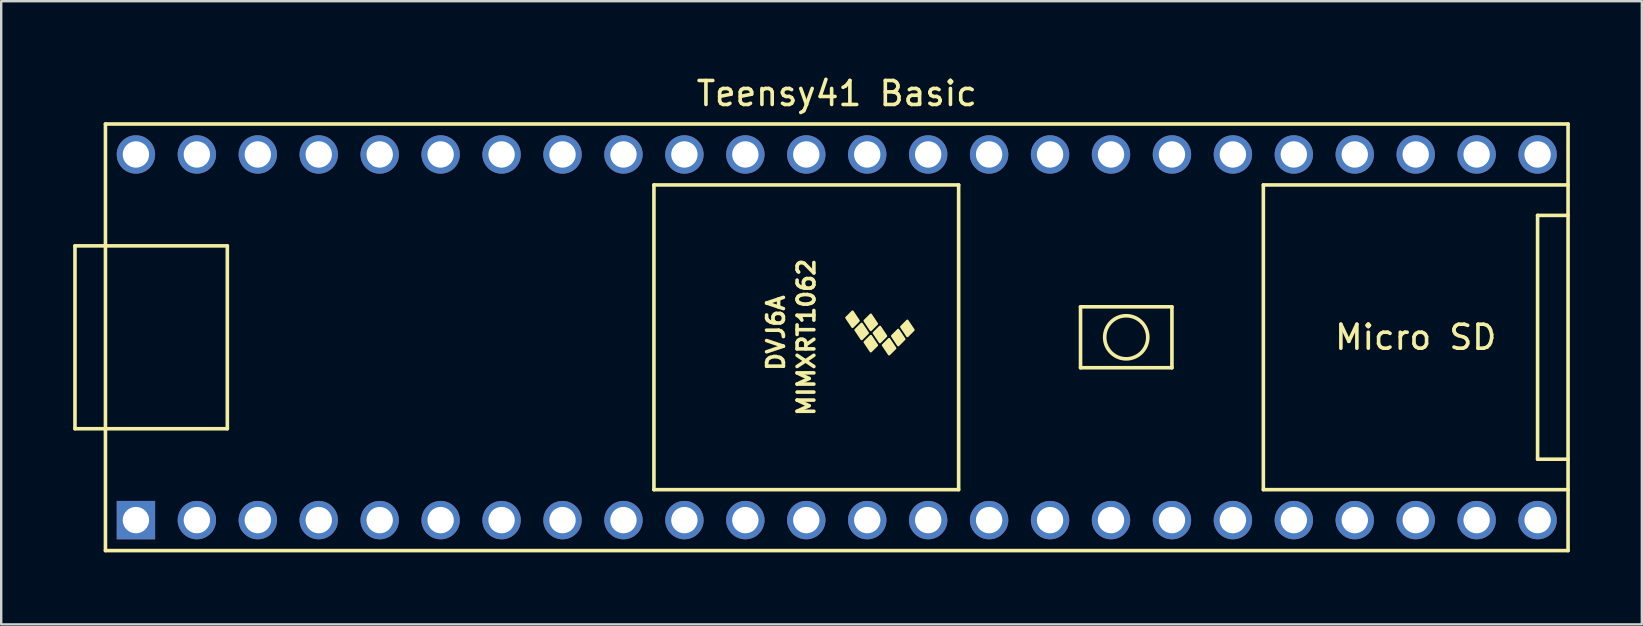
<source format=kicad_pcb>
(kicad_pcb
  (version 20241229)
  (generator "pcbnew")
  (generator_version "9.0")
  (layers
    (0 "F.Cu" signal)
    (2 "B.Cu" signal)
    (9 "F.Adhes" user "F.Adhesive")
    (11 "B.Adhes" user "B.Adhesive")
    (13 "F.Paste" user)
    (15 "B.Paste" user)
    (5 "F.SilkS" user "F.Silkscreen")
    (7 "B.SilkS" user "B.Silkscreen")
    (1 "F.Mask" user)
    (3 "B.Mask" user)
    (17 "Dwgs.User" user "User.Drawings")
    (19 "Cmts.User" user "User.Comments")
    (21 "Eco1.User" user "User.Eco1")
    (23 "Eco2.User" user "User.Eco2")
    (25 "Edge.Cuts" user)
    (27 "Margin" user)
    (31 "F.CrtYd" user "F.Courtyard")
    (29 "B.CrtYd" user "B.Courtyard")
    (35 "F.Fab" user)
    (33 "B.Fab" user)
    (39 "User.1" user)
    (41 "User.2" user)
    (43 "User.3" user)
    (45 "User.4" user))
  (footprint "Teensy41 Basic"
    (layer "F.Cu")
    (at 31.825 11.008)
    (property "Reference" "Teensy41 Basic" (at 0 -10.16 0) (layer "F.SilkS") (effects (font (size 1 1) (thickness 0.15))))
    (attr through_hole)
    (fp_line (start -31.75 -3.81) (end -30.48 -3.81) (stroke (width 0.15) (type solid)) (layer "F.SilkS"))
    (fp_line (start -31.75 3.81) (end -31.75 -3.81) (stroke (width 0.15) (type solid)) (layer "F.SilkS"))
    (fp_line (start -30.48 -8.89) (end 30.48 -8.89) (stroke (width 0.15) (type solid)) (layer "F.SilkS"))
    (fp_line (start -30.48 3.81) (end -31.75 3.81) (stroke (width 0.15) (type solid)) (layer "F.SilkS"))
    (fp_line (start -30.48 8.89) (end -30.48 -8.89) (stroke (width 0.15) (type solid)) (layer "F.SilkS"))
    (fp_line (start -25.4 -3.81) (end -30.48 -3.81) (stroke (width 0.15) (type solid)) (layer "F.SilkS"))
    (fp_line (start -25.4 3.81) (end -30.48 3.81) (stroke (width 0.15) (type solid)) (layer "F.SilkS"))
    (fp_line (start -25.4 3.81) (end -25.4 -3.81) (stroke (width 0.15) (type solid)) (layer "F.SilkS"))
    (fp_line (start -7.62 -6.35) (end -7.62 6.35) (stroke (width 0.15) (type solid)) (layer "F.SilkS"))
    (fp_line (start -7.62 6.35) (end 5.08 6.35) (stroke (width 0.15) (type solid)) (layer "F.SilkS"))
    (fp_line (start 5.08 -6.35) (end -7.62 -6.35) (stroke (width 0.15) (type solid)) (layer "F.SilkS"))
    (fp_line (start 5.08 6.35) (end 5.08 -6.35) (stroke (width 0.15) (type solid)) (layer "F.SilkS"))
    (fp_line (start 10.16 -1.27) (end 13.97 -1.27) (stroke (width 0.15) (type solid)) (layer "F.SilkS"))
    (fp_line (start 10.16 1.27) (end 10.16 -1.27) (stroke (width 0.15) (type solid)) (layer "F.SilkS"))
    (fp_line (start 13.97 -1.27) (end 13.97 1.27) (stroke (width 0.15) (type solid)) (layer "F.SilkS"))
    (fp_line (start 13.97 1.27) (end 10.16 1.27) (stroke (width 0.15) (type solid)) (layer "F.SilkS"))
    (fp_line (start 17.78 -6.35) (end 17.78 6.35) (stroke (width 0.15) (type solid)) (layer "F.SilkS"))
    (fp_line (start 17.78 6.35) (end 30.48 6.35) (stroke (width 0.15) (type solid)) (layer "F.SilkS"))
    (fp_line (start 29.21 -5.08) (end 29.21 5.08) (stroke (width 0.15) (type solid)) (layer "F.SilkS"))
    (fp_line (start 29.21 5.08) (end 30.48 5.08) (stroke (width 0.15) (type solid)) (layer "F.SilkS"))
    (fp_line (start 30.48 -8.89) (end 30.48 8.89) (stroke (width 0.15) (type solid)) (layer "F.SilkS"))
    (fp_line (start 30.48 -6.35) (end 17.78 -6.35) (stroke (width 0.15) (type solid)) (layer "F.SilkS"))
    (fp_line (start 30.48 -5.08) (end 29.21 -5.08) (stroke (width 0.15) (type solid)) (layer "F.SilkS"))
    (fp_line (start 30.48 8.89) (end -30.48 8.89) (stroke (width 0.15) (type solid)) (layer "F.SilkS"))
    (fp_circle (center 12.065 0) (end 12.7 -0.635) (stroke (width 0.15) (type solid)) (fill no) (layer "F.SilkS"))
    (fp_poly (pts (xy 0.911 -0.688) (xy 0.657 -0.434) (xy 0.403 -0.815) (xy 0.657 -1.069)) (stroke (width 0.1) (type solid)) (fill yes) (layer "F.SilkS"))
    (fp_poly (pts (xy 1.292 -0.18) (xy 1.038 0.074) (xy 0.784 -0.307) (xy 1.038 -0.561)) (stroke (width 0.1) (type solid)) (fill yes) (layer "F.SilkS"))
    (fp_poly (pts (xy 1.673 -0.561) (xy 1.419 -0.307) (xy 1.165 -0.688) (xy 1.419 -0.942)) (stroke (width 0.1) (type solid)) (fill yes) (layer "F.SilkS"))
    (fp_poly (pts (xy 1.673 0.328) (xy 1.419 0.582) (xy 1.165 0.201) (xy 1.419 -0.053)) (stroke (width 0.1) (type solid)) (fill yes) (layer "F.SilkS"))
    (fp_poly (pts (xy 2.054 -0.053) (xy 1.8 0.201) (xy 1.546 -0.18) (xy 1.8 -0.434)) (stroke (width 0.1) (type solid)) (fill yes) (layer "F.SilkS"))
    (fp_poly (pts (xy 2.435 0.455) (xy 2.181 0.709) (xy 1.927 0.328) (xy 2.181 0.074)) (stroke (width 0.1) (type solid)) (fill yes) (layer "F.SilkS"))
    (fp_poly (pts (xy 2.816 0.074) (xy 2.562 0.328) (xy 2.308 -0.053) (xy 2.562 -0.307)) (stroke (width 0.1) (type solid)) (fill yes) (layer "F.SilkS"))
    (fp_poly (pts (xy 3.197 -0.307) (xy 2.943 -0.053) (xy 2.689 -0.434) (xy 2.943 -0.688)) (stroke (width 0.1) (type solid)) (fill yes) (layer "F.SilkS"))
    (fp_text user "DVJ6A" (at -2.54 -0.18 270) (layer "F.SilkS") (effects (font (size 0.7 0.7) (thickness 0.15))))
    (fp_text user "Micro SD" (at 24.13 0 0) (layer "F.SilkS") (effects (font (size 1 1) (thickness 0.15))))
    (fp_text user "MIMXRT1062" (at -1.27 0 270) (layer "F.SilkS") (effects (font (size 0.7 0.7) (thickness 0.15))))
    (pad "1" thru_hole rect (at -29.21 7.62) (size 1.6 1.6) (drill 1.1) (layers "*.Cu" "*.Mask"))
    (pad "2" thru_hole circle (at -26.67 7.62) (size 1.6 1.6) (drill 1.1) (layers "*.Cu" "*.Mask"))
    (pad "3" thru_hole circle (at -24.13 7.62) (size 1.6 1.6) (drill 1.1) (layers "*.Cu" "*.Mask"))
    (pad "4" thru_hole circle (at -21.59 7.62) (size 1.6 1.6) (drill 1.1) (layers "*.Cu" "*.Mask"))
    (pad "5" thru_hole circle (at -19.05 7.62) (size 1.6 1.6) (drill 1.1) (layers "*.Cu" "*.Mask"))
    (pad "6" thru_hole circle (at -16.51 7.62) (size 1.6 1.6) (drill 1.1) (layers "*.Cu" "*.Mask"))
    (pad "7" thru_hole circle (at -13.97 7.62) (size 1.6 1.6) (drill 1.1) (layers "*.Cu" "*.Mask"))
    (pad "8" thru_hole circle (at -11.43 7.62) (size 1.6 1.6) (drill 1.1) (layers "*.Cu" "*.Mask"))
    (pad "9" thru_hole circle (at -8.89 7.62) (size 1.6 1.6) (drill 1.1) (layers "*.Cu" "*.Mask"))
    (pad "10" thru_hole circle (at -6.35 7.62) (size 1.6 1.6) (drill 1.1) (layers "*.Cu" "*.Mask"))
    (pad "11" thru_hole circle (at -3.81 7.62) (size 1.6 1.6) (drill 1.1) (layers "*.Cu" "*.Mask"))
    (pad "12" thru_hole circle (at -1.27 7.62) (size 1.6 1.6) (drill 1.1) (layers "*.Cu" "*.Mask"))
    (pad "13" thru_hole circle (at 1.27 7.62) (size 1.6 1.6) (drill 1.1) (layers "*.Cu" "*.Mask"))
    (pad "14" thru_hole circle (at 3.81 7.62) (size 1.6 1.6) (drill 1.1) (layers "*.Cu" "*.Mask"))
    (pad "15" thru_hole circle (at 6.35 7.62) (size 1.6 1.6) (drill 1.1) (layers "*.Cu" "*.Mask"))
    (pad "16" thru_hole circle (at 8.89 7.62) (size 1.6 1.6) (drill 1.1) (layers "*.Cu" "*.Mask"))
    (pad "17" thru_hole circle (at 11.43 7.62) (size 1.6 1.6) (drill 1.1) (layers "*.Cu" "*.Mask"))
    (pad "18" thru_hole circle (at 13.97 7.62) (size 1.6 1.6) (drill 1.1) (layers "*.Cu" "*.Mask"))
    (pad "19" thru_hole circle (at 16.51 7.62) (size 1.6 1.6) (drill 1.1) (layers "*.Cu" "*.Mask"))
    (pad "20" thru_hole circle (at 19.05 7.62) (size 1.6 1.6) (drill 1.1) (layers "*.Cu" "*.Mask"))
    (pad "21" thru_hole circle (at 21.59 7.62) (size 1.6 1.6) (drill 1.1) (layers "*.Cu" "*.Mask"))
    (pad "22" thru_hole circle (at 24.13 7.62) (size 1.6 1.6) (drill 1.1) (layers "*.Cu" "*.Mask"))
    (pad "23" thru_hole circle (at 26.67 7.62) (size 1.6 1.6) (drill 1.1) (layers "*.Cu" "*.Mask"))
    (pad "24" thru_hole circle (at 29.21 7.62) (size 1.6 1.6) (drill 1.1) (layers "*.Cu" "*.Mask"))
    (pad "25" thru_hole circle (at 29.21 -7.62) (size 1.6 1.6) (drill 1.1) (layers "*.Cu" "*.Mask"))
    (pad "26" thru_hole circle (at 26.67 -7.62) (size 1.6 1.6) (drill 1.1) (layers "*.Cu" "*.Mask"))
    (pad "27" thru_hole circle (at 24.13 -7.62) (size 1.6 1.6) (drill 1.1) (layers "*.Cu" "*.Mask"))
    (pad "28" thru_hole circle (at 21.59 -7.62) (size 1.6 1.6) (drill 1.1) (layers "*.Cu" "*.Mask"))
    (pad "29" thru_hole circle (at 19.05 -7.62) (size 1.6 1.6) (drill 1.1) (layers "*.Cu" "*.Mask"))
    (pad "30" thru_hole circle (at 16.51 -7.62) (size 1.6 1.6) (drill 1.1) (layers "*.Cu" "*.Mask"))
    (pad "31" thru_hole circle (at 13.97 -7.62) (size 1.6 1.6) (drill 1.1) (layers "*.Cu" "*.Mask"))
    (pad "32" thru_hole circle (at 11.43 -7.62) (size 1.6 1.6) (drill 1.1) (layers "*.Cu" "*.Mask"))
    (pad "33" thru_hole circle (at 8.89 -7.62) (size 1.6 1.6) (drill 1.1) (layers "*.Cu" "*.Mask"))
    (pad "34" thru_hole circle (at 6.35 -7.62) (size 1.6 1.6) (drill 1.1) (layers "*.Cu" "*.Mask"))
    (pad "35" thru_hole circle (at 3.81 -7.62) (size 1.6 1.6) (drill 1.1) (layers "*.Cu" "*.Mask"))
    (pad "36" thru_hole circle (at 1.27 -7.62) (size 1.6 1.6) (drill 1.1) (layers "*.Cu" "*.Mask"))
    (pad "37" thru_hole circle (at -1.27 -7.62) (size 1.6 1.6) (drill 1.1) (layers "*.Cu" "*.Mask"))
    (pad "38" thru_hole circle (at -3.81 -7.62) (size 1.6 1.6) (drill 1.1) (layers "*.Cu" "*.Mask"))
    (pad "39" thru_hole circle (at -6.35 -7.62) (size 1.6 1.6) (drill 1.1) (layers "*.Cu" "*.Mask"))
    (pad "40" thru_hole circle (at -8.89 -7.62) (size 1.6 1.6) (drill 1.1) (layers "*.Cu" "*.Mask"))
    (pad "41" thru_hole circle (at -11.43 -7.62) (size 1.6 1.6) (drill 1.1) (layers "*.Cu" "*.Mask"))
    (pad "42" thru_hole circle (at -13.97 -7.62) (size 1.6 1.6) (drill 1.1) (layers "*.Cu" "*.Mask"))
    (pad "43" thru_hole circle (at -16.51 -7.62) (size 1.6 1.6) (drill 1.1) (layers "*.Cu" "*.Mask"))
    (pad "44" thru_hole circle (at -19.05 -7.62) (size 1.6 1.6) (drill 1.1) (layers "*.Cu" "*.Mask"))
    (pad "45" thru_hole circle (at -21.59 -7.62) (size 1.6 1.6) (drill 1.1) (layers "*.Cu" "*.Mask"))
    (pad "46" thru_hole circle (at -24.13 -7.62) (size 1.6 1.6) (drill 1.1) (layers "*.Cu" "*.Mask"))
    (pad "47" thru_hole circle (at -26.67 -7.62) (size 1.6 1.6) (drill 1.1) (layers "*.Cu" "*.Mask"))
    (pad "48" thru_hole circle (at -29.21 -7.62) (size 1.6 1.6) (drill 1.1) (layers "*.Cu" "*.Mask")))
  (gr_rect
    (start -3 -3)
    (end 65.38 22.973)
    (stroke (width 0.1) (type default))
    (fill no)
    (layer "Edge.Cuts")))
</source>
